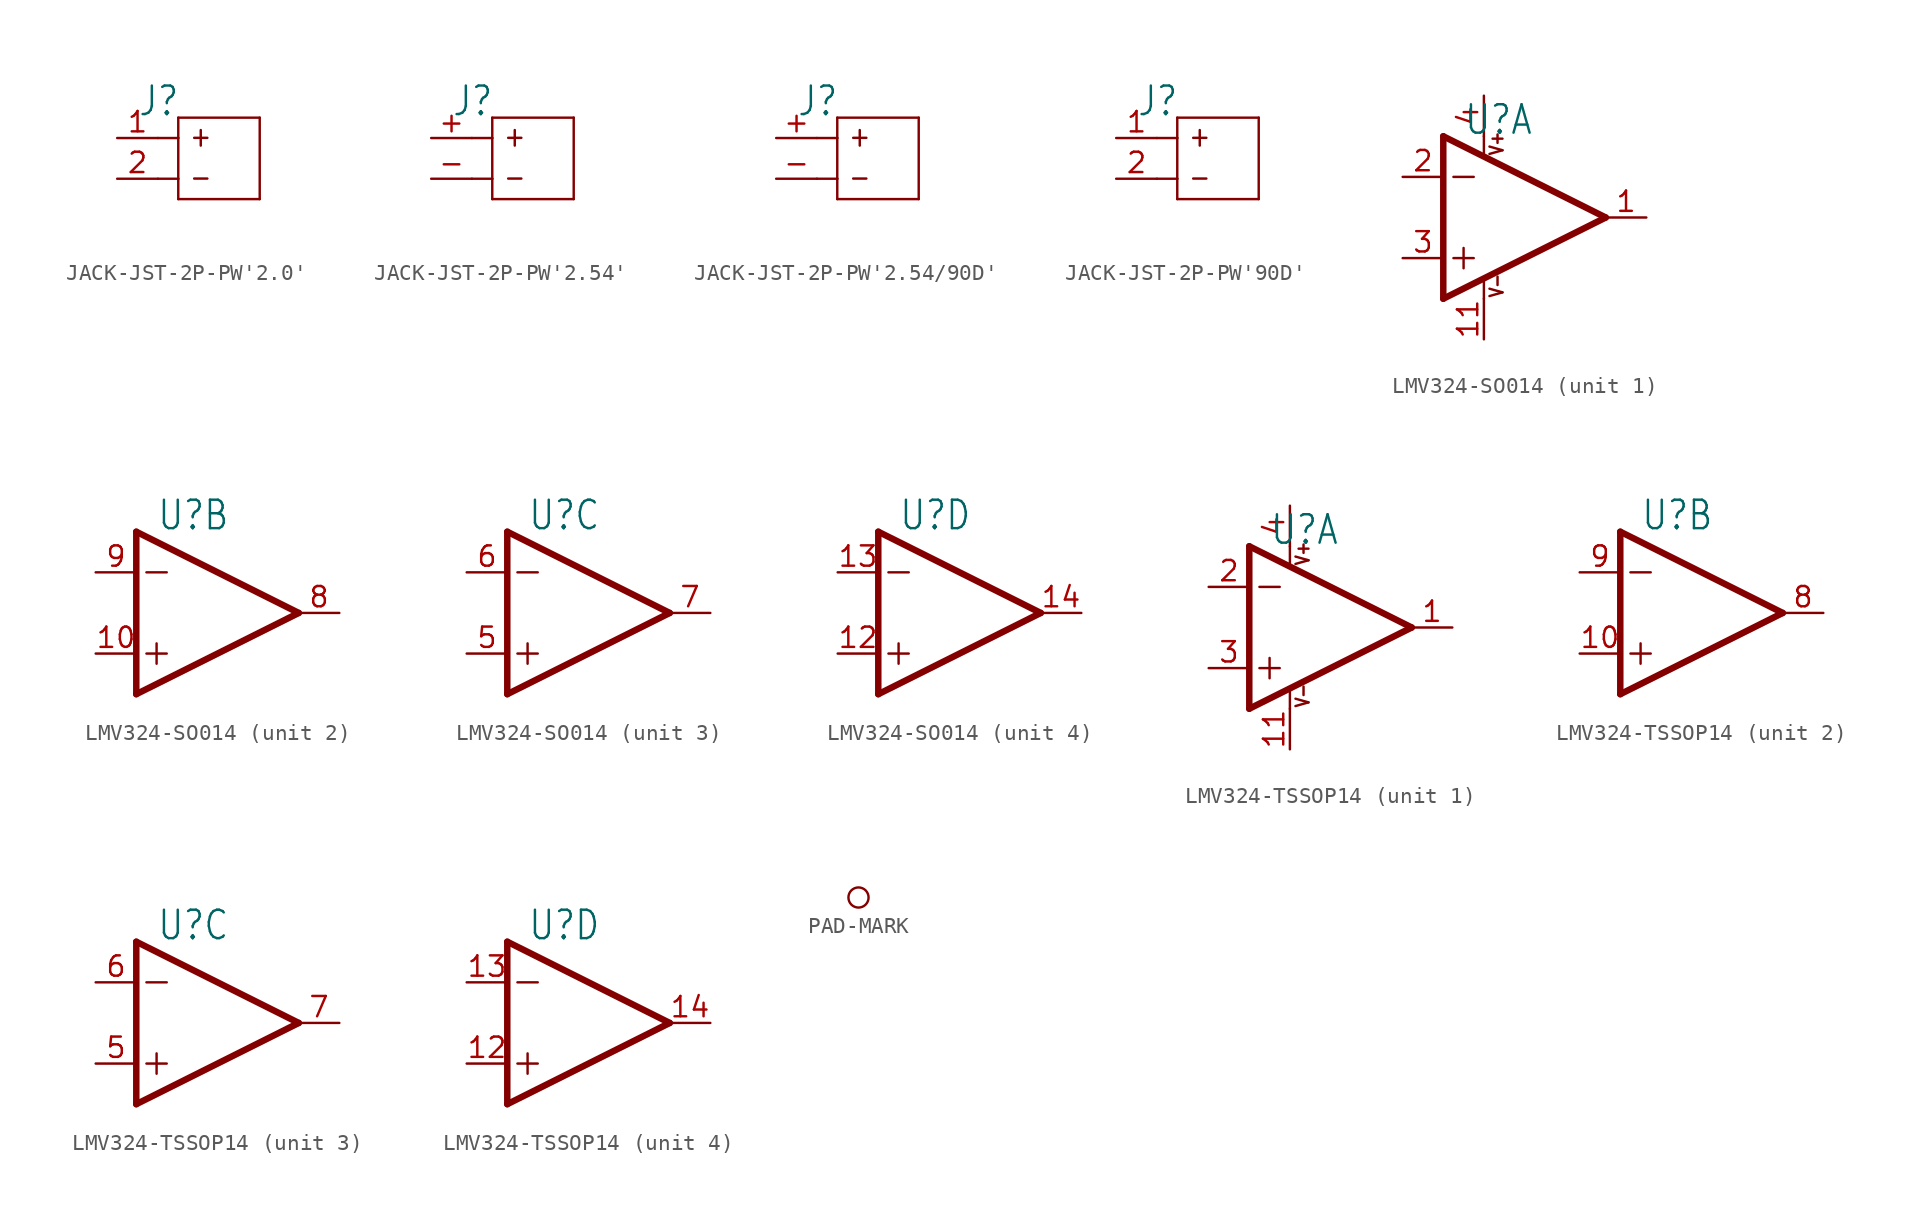
<source format=kicad_sym>
(kicad_symbol_lib
  (version 20220914)
  (generator kicad_symbol_editor)
  (symbol "JACK-JST-2P-PW'2.0'"
    (property "Reference" "J"
      (at -1.27 2.54 0)
      (effects (font (size 1.778 1.511)) (justify left bottom)))
    (property "Value" ""
      (at -1.27 -5.08 0)
      (effects (font (size 1.778 1.511)) (justify left bottom)))
    (property "ki_locked" ""
      (at 0 0 0)
      (effects (font (size 1.27 1.27))))
    (symbol "JACK-JST-2P-PW'2.0'_1_0"
      (polyline (pts (xy 0 -1.27) (xy 1.27 -1.27)) (stroke (width 0.152) (type solid)) (fill (type none)))
      (polyline (pts (xy 0 1.27) (xy 1.27 1.27)) (stroke (width 0.152) (type solid)) (fill (type none)))
      (polyline (pts (xy 1.27 -2.54) (xy 1.27 -1.27)) (stroke (width 0.152) (type solid)) (fill (type none)))
      (polyline (pts (xy 1.27 -1.27) (xy 1.27 1.27)) (stroke (width 0.152) (type solid)) (fill (type none)))
      (polyline (pts (xy 1.27 1.27) (xy 1.27 2.54)) (stroke (width 0.152) (type solid)) (fill (type none)))
      (polyline (pts (xy 1.27 2.54) (xy 6.35 2.54)) (stroke (width 0.152) (type solid)) (fill (type none)))
      (polyline (pts (xy 6.35 -2.54) (xy 1.27 -2.54)) (stroke (width 0.152) (type solid)) (fill (type none)))
      (polyline (pts (xy 6.35 2.54) (xy 6.35 -2.54)) (stroke (width 0.152) (type solid)) (fill (type none)))
      (text "+" (at 1.905 0.635 0) (effects (font (size 1.27 1.079)) (justify left bottom)))
      (text "-" (at 1.905 -1.905 0) (effects (font (size 1.27 1.079)) (justify left bottom)))
      (pin bidirectional line (at -2.54 1.27 0) (length 2.54) (name "P$1" (effects (font (size 0 0)))) (number "1" (effects (font (size 1.27 1.27)))))
      (pin bidirectional line (at -2.54 -1.27 0) (length 2.54) (name "P$2" (effects (font (size 0 0)))) (number "2" (effects (font (size 1.27 1.27)))))))
  (symbol "JACK-JST-2P-PW'2.54'"
    (property "Reference" "J"
      (at -1.27 2.54 0)
      (effects (font (size 1.778 1.511)) (justify left bottom)))
    (property "Value" ""
      (at -1.27 -5.08 0)
      (effects (font (size 1.778 1.511)) (justify left bottom)))
    (property "ki_locked" ""
      (at 0 0 0)
      (effects (font (size 1.27 1.27))))
    (symbol "JACK-JST-2P-PW'2.54'_1_0"
      (polyline (pts (xy 0 -1.27) (xy 1.27 -1.27)) (stroke (width 0.152) (type solid)) (fill (type none)))
      (polyline (pts (xy 0 1.27) (xy 1.27 1.27)) (stroke (width 0.152) (type solid)) (fill (type none)))
      (polyline (pts (xy 1.27 -2.54) (xy 1.27 -1.27)) (stroke (width 0.152) (type solid)) (fill (type none)))
      (polyline (pts (xy 1.27 -1.27) (xy 1.27 1.27)) (stroke (width 0.152) (type solid)) (fill (type none)))
      (polyline (pts (xy 1.27 1.27) (xy 1.27 2.54)) (stroke (width 0.152) (type solid)) (fill (type none)))
      (polyline (pts (xy 1.27 2.54) (xy 6.35 2.54)) (stroke (width 0.152) (type solid)) (fill (type none)))
      (polyline (pts (xy 6.35 -2.54) (xy 1.27 -2.54)) (stroke (width 0.152) (type solid)) (fill (type none)))
      (polyline (pts (xy 6.35 2.54) (xy 6.35 -2.54)) (stroke (width 0.152) (type solid)) (fill (type none)))
      (text "+" (at 1.905 0.635 0) (effects (font (size 1.27 1.079)) (justify left bottom)))
      (text "-" (at 1.905 -1.905 0) (effects (font (size 1.27 1.079)) (justify left bottom)))
      (pin bidirectional line (at -2.54 1.27 0) (length 2.54) (name "P$1" (effects (font (size 0 0)))) (number "+" (effects (font (size 1.27 1.27)))))
      (pin bidirectional line (at -2.54 -1.27 0) (length 2.54) (name "P$2" (effects (font (size 0 0)))) (number "-" (effects (font (size 1.27 1.27)))))))
  (symbol "JACK-JST-2P-PW'2.54/90D'"
    (property "Reference" "J"
      (at -1.27 2.54 0)
      (effects (font (size 1.778 1.511)) (justify left bottom)))
    (property "Value" ""
      (at -1.27 -5.08 0)
      (effects (font (size 1.778 1.511)) (justify left bottom)))
    (property "ki_locked" ""
      (at 0 0 0)
      (effects (font (size 1.27 1.27))))
    (symbol "JACK-JST-2P-PW'2.54/90D'_1_0"
      (polyline (pts (xy 0 -1.27) (xy 1.27 -1.27)) (stroke (width 0.152) (type solid)) (fill (type none)))
      (polyline (pts (xy 0 1.27) (xy 1.27 1.27)) (stroke (width 0.152) (type solid)) (fill (type none)))
      (polyline (pts (xy 1.27 -2.54) (xy 1.27 -1.27)) (stroke (width 0.152) (type solid)) (fill (type none)))
      (polyline (pts (xy 1.27 -1.27) (xy 1.27 1.27)) (stroke (width 0.152) (type solid)) (fill (type none)))
      (polyline (pts (xy 1.27 1.27) (xy 1.27 2.54)) (stroke (width 0.152) (type solid)) (fill (type none)))
      (polyline (pts (xy 1.27 2.54) (xy 6.35 2.54)) (stroke (width 0.152) (type solid)) (fill (type none)))
      (polyline (pts (xy 6.35 -2.54) (xy 1.27 -2.54)) (stroke (width 0.152) (type solid)) (fill (type none)))
      (polyline (pts (xy 6.35 2.54) (xy 6.35 -2.54)) (stroke (width 0.152) (type solid)) (fill (type none)))
      (text "+" (at 1.905 0.635 0) (effects (font (size 1.27 1.079)) (justify left bottom)))
      (text "-" (at 1.905 -1.905 0) (effects (font (size 1.27 1.079)) (justify left bottom)))
      (pin bidirectional line (at -2.54 1.27 0) (length 2.54) (name "P$1" (effects (font (size 0 0)))) (number "+" (effects (font (size 1.27 1.27)))))
      (pin bidirectional line (at -2.54 -1.27 0) (length 2.54) (name "P$2" (effects (font (size 0 0)))) (number "-" (effects (font (size 1.27 1.27)))))))
  (symbol "JACK-JST-2P-PW'90D'"
    (property "Reference" "J"
      (at -1.27 2.54 0)
      (effects (font (size 1.778 1.511)) (justify left bottom)))
    (property "Value" ""
      (at -1.27 -5.08 0)
      (effects (font (size 1.778 1.511)) (justify left bottom)))
    (property "ki_locked" ""
      (at 0 0 0)
      (effects (font (size 1.27 1.27))))
    (symbol "JACK-JST-2P-PW'90D'_1_0"
      (polyline (pts (xy 0 -1.27) (xy 1.27 -1.27)) (stroke (width 0.152) (type solid)) (fill (type none)))
      (polyline (pts (xy 0 1.27) (xy 1.27 1.27)) (stroke (width 0.152) (type solid)) (fill (type none)))
      (polyline (pts (xy 1.27 -2.54) (xy 1.27 -1.27)) (stroke (width 0.152) (type solid)) (fill (type none)))
      (polyline (pts (xy 1.27 -1.27) (xy 1.27 1.27)) (stroke (width 0.152) (type solid)) (fill (type none)))
      (polyline (pts (xy 1.27 1.27) (xy 1.27 2.54)) (stroke (width 0.152) (type solid)) (fill (type none)))
      (polyline (pts (xy 1.27 2.54) (xy 6.35 2.54)) (stroke (width 0.152) (type solid)) (fill (type none)))
      (polyline (pts (xy 6.35 -2.54) (xy 1.27 -2.54)) (stroke (width 0.152) (type solid)) (fill (type none)))
      (polyline (pts (xy 6.35 2.54) (xy 6.35 -2.54)) (stroke (width 0.152) (type solid)) (fill (type none)))
      (text "+" (at 1.905 0.635 0) (effects (font (size 1.27 1.079)) (justify left bottom)))
      (text "-" (at 1.905 -1.905 0) (effects (font (size 1.27 1.079)) (justify left bottom)))
      (pin bidirectional line (at -2.54 1.27 0) (length 2.54) (name "P$1" (effects (font (size 0 0)))) (number "1" (effects (font (size 1.27 1.27)))))
      (pin bidirectional line (at -2.54 -1.27 0) (length 2.54) (name "P$2" (effects (font (size 0 0)))) (number "2" (effects (font (size 1.27 1.27)))))))
  (symbol "LMV324-SO014"
    (property "Reference" "U"
      (at -3.81 5.08 0)
      (effects (font (size 1.778 1.511)) (justify left bottom)))
    (property "Value" ""
      (at -3.81 -5.08 0)
      (effects (font (size 1.778 1.511)) (justify left bottom)))
    (property "ki_locked" ""
      (at 0 0 0)
      (effects (font (size 1.27 1.27))))
    (symbol "LMV324-SO014_1_0"
      (polyline (pts (xy -5.08 -5.08) (xy 5.08 0)) (stroke (width 0.406) (type solid)) (fill (type none)))
      (polyline (pts (xy -5.08 5.08) (xy -5.08 -5.08)) (stroke (width 0.406) (type solid)) (fill (type none)))
      (polyline (pts (xy -4.445 -2.54) (xy -3.175 -2.54)) (stroke (width 0.152) (type solid)) (fill (type none)))
      (polyline (pts (xy -4.445 2.54) (xy -3.175 2.54)) (stroke (width 0.152) (type solid)) (fill (type none)))
      (polyline (pts (xy -3.81 -1.905) (xy -3.81 -3.175)) (stroke (width 0.152) (type solid)) (fill (type none)))
      (polyline (pts (xy -2.54 -3.912) (xy -2.54 -5.08)) (stroke (width 0.152) (type solid)) (fill (type none)))
      (polyline (pts (xy -2.54 5.08) (xy -2.54 3.886)) (stroke (width 0.152) (type solid)) (fill (type none)))
      (polyline (pts (xy 5.08 0) (xy -5.08 5.08)) (stroke (width 0.406) (type solid)) (fill (type none)))
      (text "V+" (at -1.27 3.81 900) (effects (font (size 0.813 0.691)) (justify left bottom)))
      (text "V-" (at -1.27 -5.08 900) (effects (font (size 0.813 0.691)) (justify left bottom)))
      (pin output line (at 7.62 0 180) (length 2.54) (name "OUT" (effects (font (size 0 0)))) (number "1" (effects (font (size 1.27 1.27)))))
      (pin power_in line (at -2.54 -7.62 90) (length 2.54) (name "V-" (effects (font (size 0 0)))) (number "11" (effects (font (size 1.27 1.27)))))
      (pin input line (at -7.62 2.54 0) (length 2.54) (name "IN-" (effects (font (size 0 0)))) (number "2" (effects (font (size 1.27 1.27)))))
      (pin input line (at -7.62 -2.54 0) (length 2.54) (name "IN+" (effects (font (size 0 0)))) (number "3" (effects (font (size 1.27 1.27)))))
      (pin power_in line (at -2.54 7.62 270) (length 2.54) (name "V+" (effects (font (size 0 0)))) (number "4" (effects (font (size 1.27 1.27))))))
    (symbol "LMV324-SO014_2_0"
      (polyline (pts (xy -5.08 -5.08) (xy 5.08 0)) (stroke (width 0.406) (type solid)) (fill (type none)))
      (polyline (pts (xy -5.08 5.08) (xy -5.08 -5.08)) (stroke (width 0.406) (type solid)) (fill (type none)))
      (polyline (pts (xy -4.445 -2.54) (xy -3.175 -2.54)) (stroke (width 0.152) (type solid)) (fill (type none)))
      (polyline (pts (xy -4.445 2.54) (xy -3.175 2.54)) (stroke (width 0.152) (type solid)) (fill (type none)))
      (polyline (pts (xy -3.81 -1.905) (xy -3.81 -3.175)) (stroke (width 0.152) (type solid)) (fill (type none)))
      (polyline (pts (xy 5.08 0) (xy -5.08 5.08)) (stroke (width 0.406) (type solid)) (fill (type none)))
      (pin input line (at -7.62 -2.54 0) (length 2.54) (name "IN+" (effects (font (size 0 0)))) (number "10" (effects (font (size 1.27 1.27)))))
      (pin output line (at 7.62 0 180) (length 2.54) (name "OUT" (effects (font (size 0 0)))) (number "8" (effects (font (size 1.27 1.27)))))
      (pin input line (at -7.62 2.54 0) (length 2.54) (name "IN-" (effects (font (size 0 0)))) (number "9" (effects (font (size 1.27 1.27))))))
    (symbol "LMV324-SO014_3_0"
      (polyline (pts (xy -5.08 -5.08) (xy 5.08 0)) (stroke (width 0.406) (type solid)) (fill (type none)))
      (polyline (pts (xy -5.08 5.08) (xy -5.08 -5.08)) (stroke (width 0.406) (type solid)) (fill (type none)))
      (polyline (pts (xy -4.445 -2.54) (xy -3.175 -2.54)) (stroke (width 0.152) (type solid)) (fill (type none)))
      (polyline (pts (xy -4.445 2.54) (xy -3.175 2.54)) (stroke (width 0.152) (type solid)) (fill (type none)))
      (polyline (pts (xy -3.81 -1.905) (xy -3.81 -3.175)) (stroke (width 0.152) (type solid)) (fill (type none)))
      (polyline (pts (xy 5.08 0) (xy -5.08 5.08)) (stroke (width 0.406) (type solid)) (fill (type none)))
      (pin input line (at -7.62 -2.54 0) (length 2.54) (name "IN+" (effects (font (size 0 0)))) (number "5" (effects (font (size 1.27 1.27)))))
      (pin input line (at -7.62 2.54 0) (length 2.54) (name "IN-" (effects (font (size 0 0)))) (number "6" (effects (font (size 1.27 1.27)))))
      (pin output line (at 7.62 0 180) (length 2.54) (name "OUT" (effects (font (size 0 0)))) (number "7" (effects (font (size 1.27 1.27))))))
    (symbol "LMV324-SO014_4_0"
      (polyline (pts (xy -5.08 -5.08) (xy 5.08 0)) (stroke (width 0.406) (type solid)) (fill (type none)))
      (polyline (pts (xy -5.08 5.08) (xy -5.08 -5.08)) (stroke (width 0.406) (type solid)) (fill (type none)))
      (polyline (pts (xy -4.445 -2.54) (xy -3.175 -2.54)) (stroke (width 0.152) (type solid)) (fill (type none)))
      (polyline (pts (xy -4.445 2.54) (xy -3.175 2.54)) (stroke (width 0.152) (type solid)) (fill (type none)))
      (polyline (pts (xy -3.81 -1.905) (xy -3.81 -3.175)) (stroke (width 0.152) (type solid)) (fill (type none)))
      (polyline (pts (xy 5.08 0) (xy -5.08 5.08)) (stroke (width 0.406) (type solid)) (fill (type none)))
      (pin input line (at -7.62 -2.54 0) (length 2.54) (name "IN+" (effects (font (size 0 0)))) (number "12" (effects (font (size 1.27 1.27)))))
      (pin input line (at -7.62 2.54 0) (length 2.54) (name "IN-" (effects (font (size 0 0)))) (number "13" (effects (font (size 1.27 1.27)))))
      (pin output line (at 7.62 0 180) (length 2.54) (name "OUT" (effects (font (size 0 0)))) (number "14" (effects (font (size 1.27 1.27)))))))
  (symbol "LMV324-TSSOP14"
    (property "Reference" "U"
      (at -3.81 5.08 0)
      (effects (font (size 1.778 1.511)) (justify left bottom)))
    (property "Value" ""
      (at -3.81 -5.08 0)
      (effects (font (size 1.778 1.511)) (justify left bottom)))
    (property "ki_locked" ""
      (at 0 0 0)
      (effects (font (size 1.27 1.27))))
    (symbol "LMV324-TSSOP14_1_0"
      (polyline (pts (xy -5.08 -5.08) (xy 5.08 0)) (stroke (width 0.406) (type solid)) (fill (type none)))
      (polyline (pts (xy -5.08 5.08) (xy -5.08 -5.08)) (stroke (width 0.406) (type solid)) (fill (type none)))
      (polyline (pts (xy -4.445 -2.54) (xy -3.175 -2.54)) (stroke (width 0.152) (type solid)) (fill (type none)))
      (polyline (pts (xy -4.445 2.54) (xy -3.175 2.54)) (stroke (width 0.152) (type solid)) (fill (type none)))
      (polyline (pts (xy -3.81 -1.905) (xy -3.81 -3.175)) (stroke (width 0.152) (type solid)) (fill (type none)))
      (polyline (pts (xy -2.54 -3.912) (xy -2.54 -5.08)) (stroke (width 0.152) (type solid)) (fill (type none)))
      (polyline (pts (xy -2.54 5.08) (xy -2.54 3.886)) (stroke (width 0.152) (type solid)) (fill (type none)))
      (polyline (pts (xy 5.08 0) (xy -5.08 5.08)) (stroke (width 0.406) (type solid)) (fill (type none)))
      (text "V+" (at -1.27 3.81 900) (effects (font (size 0.813 0.691)) (justify left bottom)))
      (text "V-" (at -1.27 -5.08 900) (effects (font (size 0.813 0.691)) (justify left bottom)))
      (pin output line (at 7.62 0 180) (length 2.54) (name "OUT" (effects (font (size 0 0)))) (number "1" (effects (font (size 1.27 1.27)))))
      (pin power_in line (at -2.54 -7.62 90) (length 2.54) (name "V-" (effects (font (size 0 0)))) (number "11" (effects (font (size 1.27 1.27)))))
      (pin input line (at -7.62 2.54 0) (length 2.54) (name "IN-" (effects (font (size 0 0)))) (number "2" (effects (font (size 1.27 1.27)))))
      (pin input line (at -7.62 -2.54 0) (length 2.54) (name "IN+" (effects (font (size 0 0)))) (number "3" (effects (font (size 1.27 1.27)))))
      (pin power_in line (at -2.54 7.62 270) (length 2.54) (name "V+" (effects (font (size 0 0)))) (number "4" (effects (font (size 1.27 1.27))))))
    (symbol "LMV324-TSSOP14_2_0"
      (polyline (pts (xy -5.08 -5.08) (xy 5.08 0)) (stroke (width 0.406) (type solid)) (fill (type none)))
      (polyline (pts (xy -5.08 5.08) (xy -5.08 -5.08)) (stroke (width 0.406) (type solid)) (fill (type none)))
      (polyline (pts (xy -4.445 -2.54) (xy -3.175 -2.54)) (stroke (width 0.152) (type solid)) (fill (type none)))
      (polyline (pts (xy -4.445 2.54) (xy -3.175 2.54)) (stroke (width 0.152) (type solid)) (fill (type none)))
      (polyline (pts (xy -3.81 -1.905) (xy -3.81 -3.175)) (stroke (width 0.152) (type solid)) (fill (type none)))
      (polyline (pts (xy 5.08 0) (xy -5.08 5.08)) (stroke (width 0.406) (type solid)) (fill (type none)))
      (pin input line (at -7.62 -2.54 0) (length 2.54) (name "IN+" (effects (font (size 0 0)))) (number "10" (effects (font (size 1.27 1.27)))))
      (pin output line (at 7.62 0 180) (length 2.54) (name "OUT" (effects (font (size 0 0)))) (number "8" (effects (font (size 1.27 1.27)))))
      (pin input line (at -7.62 2.54 0) (length 2.54) (name "IN-" (effects (font (size 0 0)))) (number "9" (effects (font (size 1.27 1.27))))))
    (symbol "LMV324-TSSOP14_3_0"
      (polyline (pts (xy -5.08 -5.08) (xy 5.08 0)) (stroke (width 0.406) (type solid)) (fill (type none)))
      (polyline (pts (xy -5.08 5.08) (xy -5.08 -5.08)) (stroke (width 0.406) (type solid)) (fill (type none)))
      (polyline (pts (xy -4.445 -2.54) (xy -3.175 -2.54)) (stroke (width 0.152) (type solid)) (fill (type none)))
      (polyline (pts (xy -4.445 2.54) (xy -3.175 2.54)) (stroke (width 0.152) (type solid)) (fill (type none)))
      (polyline (pts (xy -3.81 -1.905) (xy -3.81 -3.175)) (stroke (width 0.152) (type solid)) (fill (type none)))
      (polyline (pts (xy 5.08 0) (xy -5.08 5.08)) (stroke (width 0.406) (type solid)) (fill (type none)))
      (pin input line (at -7.62 -2.54 0) (length 2.54) (name "IN+" (effects (font (size 0 0)))) (number "5" (effects (font (size 1.27 1.27)))))
      (pin input line (at -7.62 2.54 0) (length 2.54) (name "IN-" (effects (font (size 0 0)))) (number "6" (effects (font (size 1.27 1.27)))))
      (pin output line (at 7.62 0 180) (length 2.54) (name "OUT" (effects (font (size 0 0)))) (number "7" (effects (font (size 1.27 1.27))))))
    (symbol "LMV324-TSSOP14_4_0"
      (polyline (pts (xy -5.08 -5.08) (xy 5.08 0)) (stroke (width 0.406) (type solid)) (fill (type none)))
      (polyline (pts (xy -5.08 5.08) (xy -5.08 -5.08)) (stroke (width 0.406) (type solid)) (fill (type none)))
      (polyline (pts (xy -4.445 -2.54) (xy -3.175 -2.54)) (stroke (width 0.152) (type solid)) (fill (type none)))
      (polyline (pts (xy -4.445 2.54) (xy -3.175 2.54)) (stroke (width 0.152) (type solid)) (fill (type none)))
      (polyline (pts (xy -3.81 -1.905) (xy -3.81 -3.175)) (stroke (width 0.152) (type solid)) (fill (type none)))
      (polyline (pts (xy 5.08 0) (xy -5.08 5.08)) (stroke (width 0.406) (type solid)) (fill (type none)))
      (pin input line (at -7.62 -2.54 0) (length 2.54) (name "IN+" (effects (font (size 0 0)))) (number "12" (effects (font (size 1.27 1.27)))))
      (pin input line (at -7.62 2.54 0) (length 2.54) (name "IN-" (effects (font (size 0 0)))) (number "13" (effects (font (size 1.27 1.27)))))
      (pin output line (at 7.62 0 180) (length 2.54) (name "OUT" (effects (font (size 0 0)))) (number "14" (effects (font (size 1.27 1.27)))))))
  (symbol "PAD-MARK"
    (property "Reference" "P"
      (at -1.27 1.27 0)
      (effects (font (size 0.813 0.691)) (justify left bottom) hide))
    (property "ki_locked" ""
      (at 0 0 0)
      (effects (font (size 1.27 1.27))))
    (symbol "PAD-MARK_1_0"
      (circle (center 0 0) (radius 0.635) (stroke (width 0.152) (type solid)) (fill (type none))))))
</source>
